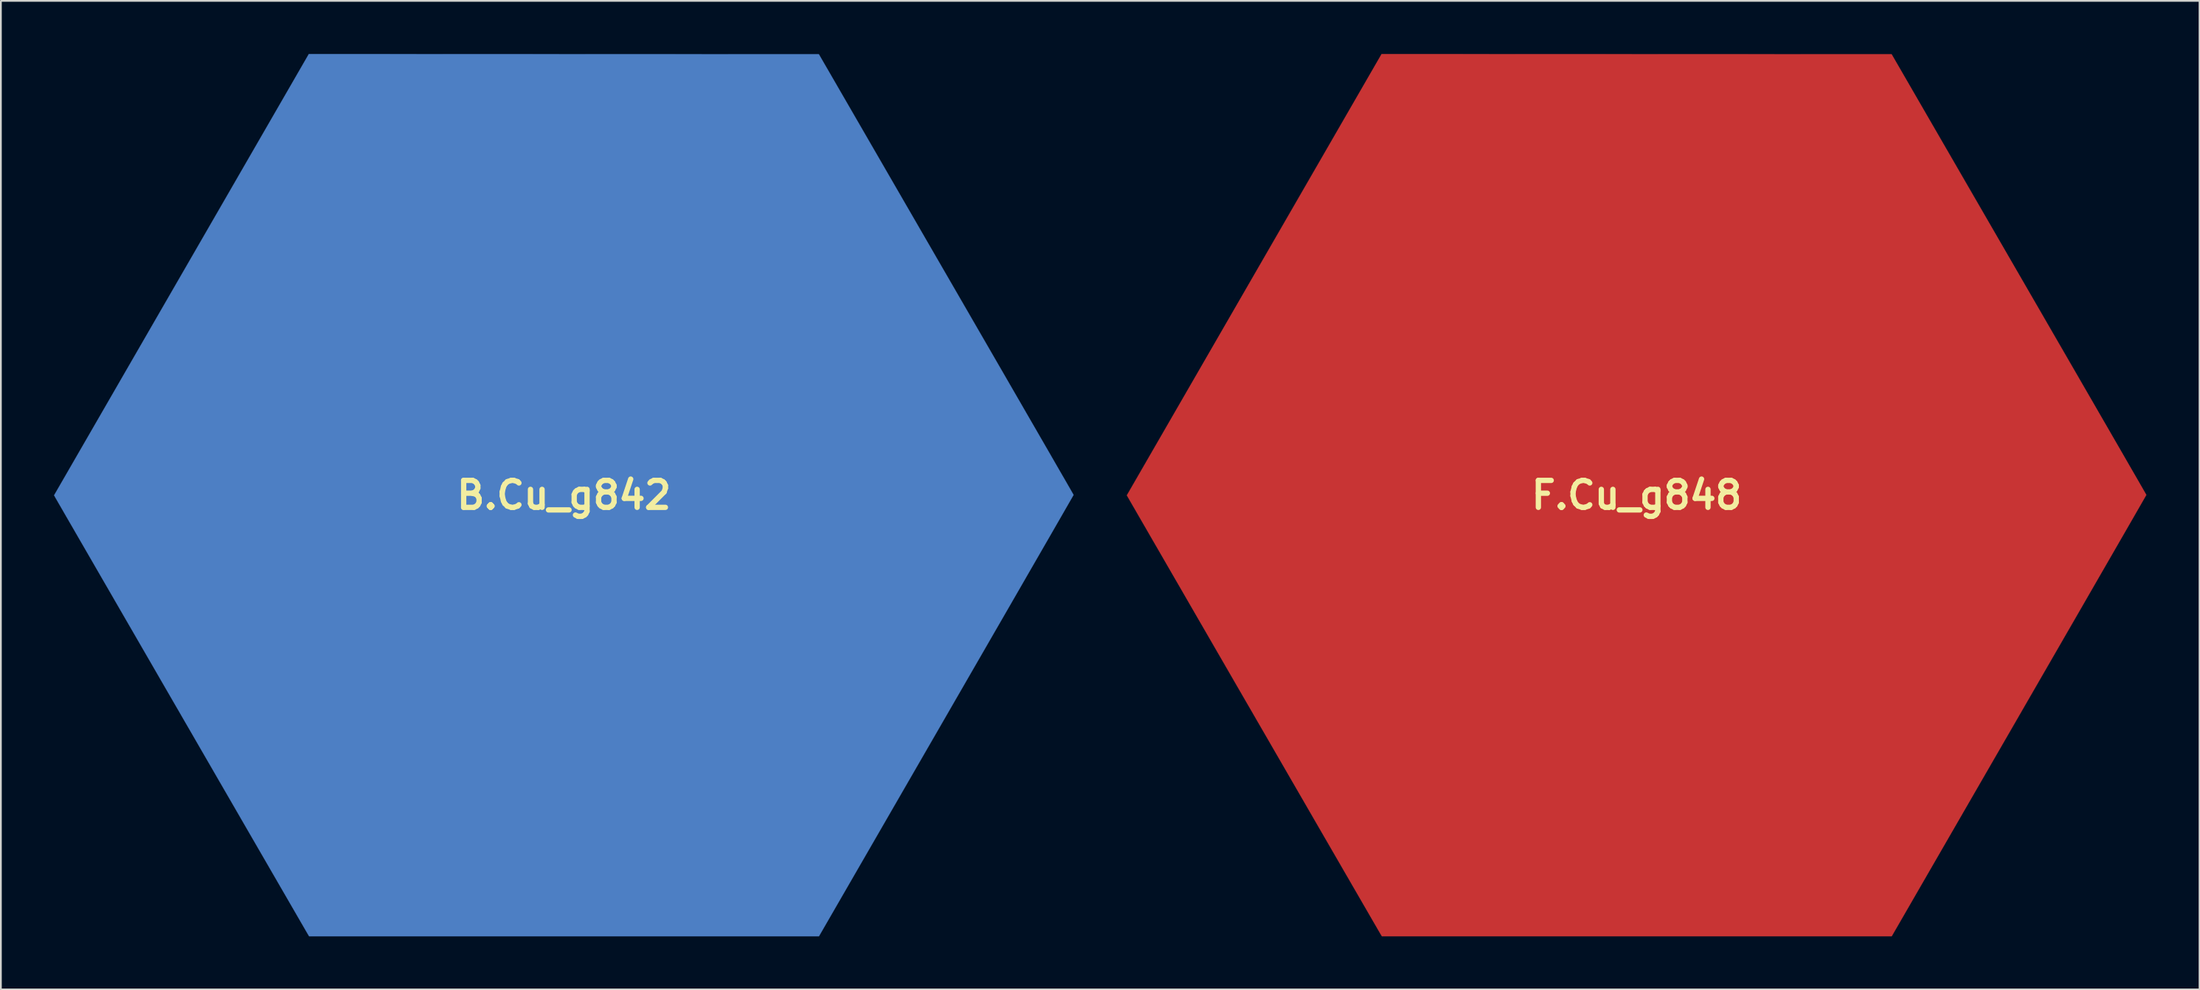
<source format=kicad_pcb>
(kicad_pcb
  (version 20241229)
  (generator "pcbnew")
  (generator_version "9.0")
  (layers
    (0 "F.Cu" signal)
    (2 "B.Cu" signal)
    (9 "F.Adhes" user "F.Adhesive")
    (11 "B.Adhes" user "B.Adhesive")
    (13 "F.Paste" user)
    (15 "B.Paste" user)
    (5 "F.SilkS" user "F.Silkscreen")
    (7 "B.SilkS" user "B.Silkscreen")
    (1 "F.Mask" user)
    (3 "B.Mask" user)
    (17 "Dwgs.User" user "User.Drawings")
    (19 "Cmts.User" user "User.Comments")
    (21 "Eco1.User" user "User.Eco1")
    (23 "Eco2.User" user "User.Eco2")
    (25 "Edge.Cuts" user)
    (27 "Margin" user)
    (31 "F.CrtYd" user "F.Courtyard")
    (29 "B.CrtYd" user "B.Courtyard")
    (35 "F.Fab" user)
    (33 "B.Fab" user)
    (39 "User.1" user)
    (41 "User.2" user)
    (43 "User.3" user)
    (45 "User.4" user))
  (footprint "F.Cu_g848"
    (layer "F.Cu")
    (at 89.389 24.939)
    (property "Reference" "F.Cu_g848" (at 0 0 0) (layer "F.SilkS") (effects (font (size 1.524 1.524) (thickness 0.3))))
    (attr through_hole)
    (fp_poly (pts (xy 14.4 -24.924) (xy 21.593 -12.478) (xy 21.983 -11.804) (xy 22.367 -11.139) (xy 22.746 -10.484) (xy 23.118 -9.839) (xy 23.483 -9.207) (xy 23.841 -8.588) (xy 24.191 -7.982) (xy 24.532 -7.391) (xy 24.865 -6.816) (xy 25.187 -6.257) (xy 25.5 -5.715) (xy 25.802 -5.193) (xy 26.092 -4.689) (xy 26.371 -4.206) (xy 26.638 -3.745) (xy 26.891 -3.305) (xy 27.132 -2.889) (xy 27.358 -2.497) (xy 27.57 -2.129) (xy 27.766 -1.788) (xy 27.947 -1.474) (xy 28.112 -1.188) (xy 28.261 -0.931) (xy 28.392 -0.703) (xy 28.505 -0.506) (xy 28.6 -0.341) (xy 28.676 -0.208) (xy 28.733 -0.109) (xy 28.77 -0.045) (xy 28.786 -0.016) (xy 28.787 -0.014) (xy 28.776 0.005) (xy 28.745 0.06) (xy 28.694 0.15) (xy 28.623 0.273) (xy 28.533 0.429) (xy 28.425 0.618) (xy 28.299 0.837) (xy 28.156 1.086) (xy 27.996 1.365) (xy 27.819 1.672) (xy 27.627 2.006) (xy 27.42 2.366) (xy 27.198 2.751) (xy 26.962 3.161) (xy 26.712 3.595) (xy 26.449 4.051) (xy 26.174 4.528) (xy 25.887 5.027) (xy 25.589 5.544) (xy 25.28 6.081) (xy 24.96 6.636) (xy 24.631 7.207) (xy 24.292 7.794) (xy 23.945 8.396) (xy 23.59 9.012) (xy 23.227 9.642) (xy 22.857 10.283) (xy 22.481 10.936) (xy 22.098 11.599) (xy 21.711 12.271) (xy 21.597 12.469) (xy 14.406 24.934) (xy -14.39 24.934) (xy -14.463 24.813) (xy -14.478 24.788) (xy -14.513 24.727) (xy -14.568 24.633) (xy -14.642 24.505) (xy -14.734 24.345) (xy -14.845 24.154) (xy -14.972 23.934) (xy -15.116 23.685) (xy -15.276 23.408) (xy -15.451 23.106) (xy -15.64 22.778) (xy -15.843 22.427) (xy -16.06 22.053) (xy -16.288 21.657) (xy -16.529 21.242) (xy -16.78 20.806) (xy -17.042 20.353) (xy -17.314 19.883) (xy -17.595 19.397) (xy -17.884 18.897) (xy -18.181 18.383) (xy -18.485 17.857) (xy -18.795 17.32) (xy -19.111 16.773) (xy -19.433 16.217) (xy -19.758 15.654) (xy -20.087 15.084) (xy -20.42 14.509) (xy -20.754 13.93) (xy -21.09 13.348) (xy -21.428 12.765) (xy -21.765 12.18) (xy -22.103 11.597) (xy -22.439 11.015) (xy -22.774 10.436) (xy -23.106 9.86) (xy -23.435 9.291) (xy -23.761 8.727) (xy -24.082 8.171) (xy -24.398 7.624) (xy -24.709 7.087) (xy -25.013 6.56) (xy -25.31 6.046) (xy -25.599 5.545) (xy -25.88 5.059) (xy -26.152 4.589) (xy -26.414 4.135) (xy -26.666 3.699) (xy -26.906 3.283) (xy -27.135 2.886) (xy -27.352 2.512) (xy -27.555 2.16) (xy -27.744 1.831) (xy -27.92 1.528) (xy -28.08 1.251) (xy -28.224 1.001) (xy -28.351 0.78) (xy -28.462 0.589) (xy -28.555 0.428) (xy -28.629 0.299) (xy -28.684 0.203) (xy -28.72 0.142) (xy -28.734 0.116) (xy -28.734 0.116) (xy -28.794 0.009) (xy -21.6 -12.462) (xy -14.406 -24.934) (xy 14.4 -24.924)) (stroke (width 0.01) (type solid)) (fill yes) (layer "F.Cu")))
  (footprint "B.Cu_g842"
    (layer "F.Cu")
    (at 28.799 24.939)
    (property "Reference" "B.Cu_g842" (at 0 0 0) (layer "F.SilkS") (effects (font (size 1.524 1.524) (thickness 0.3))))
    (attr through_hole)
    (fp_poly (pts (xy 14.4 -24.924) (xy 21.593 -12.478) (xy 21.983 -11.804) (xy 22.367 -11.139) (xy 22.746 -10.484) (xy 23.118 -9.839) (xy 23.483 -9.207) (xy 23.841 -8.588) (xy 24.191 -7.982) (xy 24.532 -7.391) (xy 24.865 -6.816) (xy 25.187 -6.257) (xy 25.5 -5.715) (xy 25.802 -5.193) (xy 26.092 -4.689) (xy 26.371 -4.206) (xy 26.638 -3.745) (xy 26.891 -3.305) (xy 27.132 -2.889) (xy 27.358 -2.497) (xy 27.57 -2.129) (xy 27.766 -1.788) (xy 27.947 -1.474) (xy 28.112 -1.188) (xy 28.261 -0.931) (xy 28.392 -0.703) (xy 28.505 -0.506) (xy 28.6 -0.341) (xy 28.676 -0.208) (xy 28.733 -0.109) (xy 28.77 -0.045) (xy 28.786 -0.016) (xy 28.787 -0.014) (xy 28.776 0.005) (xy 28.745 0.06) (xy 28.694 0.15) (xy 28.623 0.273) (xy 28.533 0.429) (xy 28.425 0.618) (xy 28.299 0.837) (xy 28.156 1.086) (xy 27.996 1.365) (xy 27.819 1.672) (xy 27.627 2.006) (xy 27.42 2.366) (xy 27.198 2.751) (xy 26.962 3.161) (xy 26.712 3.595) (xy 26.449 4.051) (xy 26.174 4.528) (xy 25.887 5.027) (xy 25.589 5.544) (xy 25.28 6.081) (xy 24.96 6.636) (xy 24.631 7.207) (xy 24.292 7.794) (xy 23.945 8.396) (xy 23.59 9.012) (xy 23.227 9.642) (xy 22.857 10.283) (xy 22.481 10.936) (xy 22.098 11.599) (xy 21.711 12.271) (xy 21.597 12.469) (xy 14.406 24.934) (xy -14.39 24.934) (xy -14.463 24.813) (xy -14.478 24.788) (xy -14.513 24.727) (xy -14.568 24.633) (xy -14.642 24.505) (xy -14.734 24.345) (xy -14.845 24.154) (xy -14.972 23.934) (xy -15.116 23.685) (xy -15.276 23.408) (xy -15.451 23.106) (xy -15.64 22.778) (xy -15.843 22.427) (xy -16.06 22.053) (xy -16.288 21.657) (xy -16.529 21.242) (xy -16.78 20.806) (xy -17.042 20.353) (xy -17.314 19.883) (xy -17.595 19.397) (xy -17.884 18.897) (xy -18.181 18.383) (xy -18.485 17.857) (xy -18.795 17.32) (xy -19.111 16.773) (xy -19.433 16.217) (xy -19.758 15.654) (xy -20.087 15.084) (xy -20.42 14.509) (xy -20.754 13.93) (xy -21.09 13.348) (xy -21.428 12.765) (xy -21.765 12.18) (xy -22.103 11.597) (xy -22.439 11.015) (xy -22.774 10.436) (xy -23.106 9.86) (xy -23.435 9.291) (xy -23.761 8.727) (xy -24.082 8.171) (xy -24.398 7.624) (xy -24.709 7.087) (xy -25.013 6.56) (xy -25.31 6.046) (xy -25.599 5.545) (xy -25.88 5.059) (xy -26.152 4.589) (xy -26.414 4.135) (xy -26.666 3.699) (xy -26.906 3.283) (xy -27.135 2.886) (xy -27.352 2.512) (xy -27.555 2.16) (xy -27.744 1.831) (xy -27.92 1.528) (xy -28.08 1.251) (xy -28.224 1.001) (xy -28.351 0.78) (xy -28.462 0.589) (xy -28.555 0.428) (xy -28.629 0.299) (xy -28.684 0.203) (xy -28.72 0.142) (xy -28.734 0.116) (xy -28.734 0.116) (xy -28.794 0.009) (xy -21.6 -12.462) (xy -14.406 -24.934) (xy 14.4 -24.924)) (stroke (width 0.01) (type solid)) (fill yes) (layer "B.Cu")))
  (gr_rect
    (start -3 -3)
    (end 121.181 52.879)
    (stroke (width 0.1) (type default))
    (fill no)
    (layer "Edge.Cuts")))
</source>
